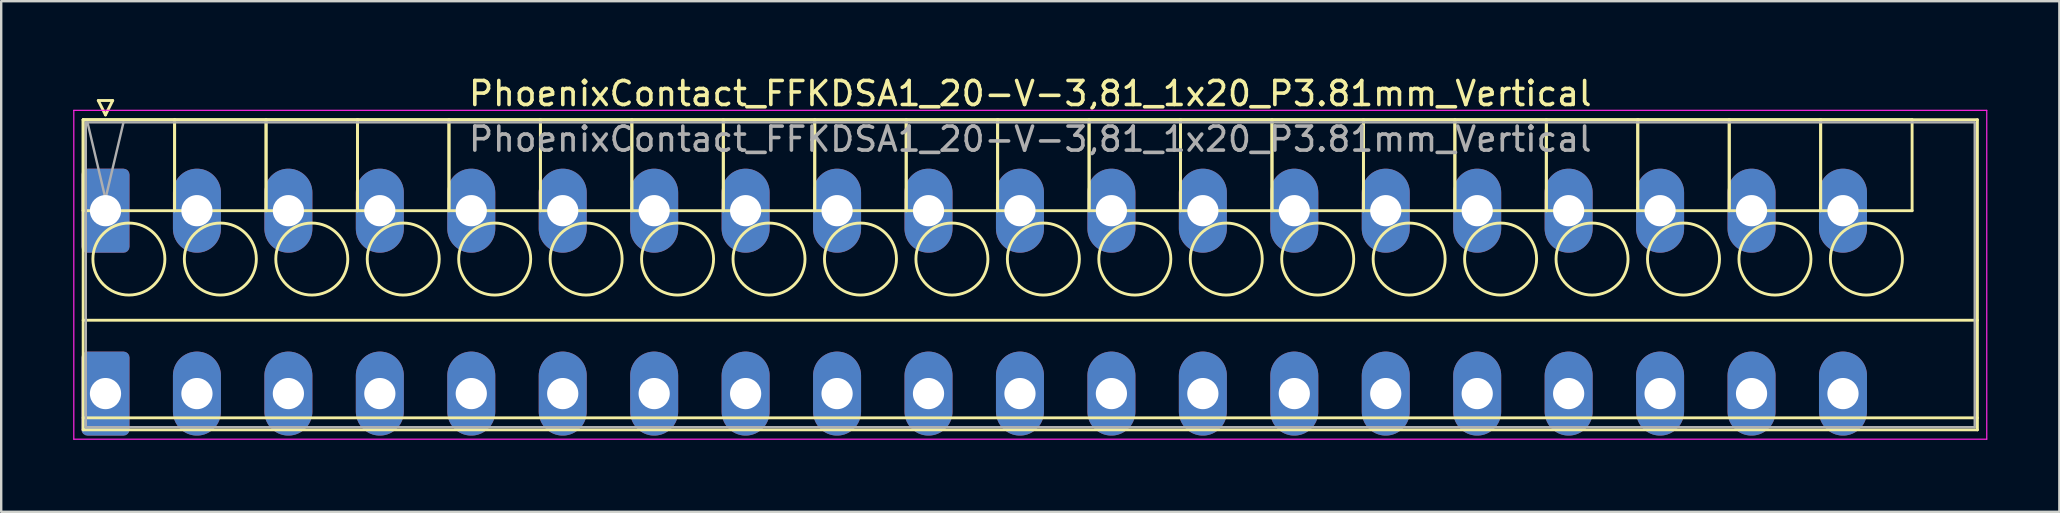
<source format=kicad_pcb>
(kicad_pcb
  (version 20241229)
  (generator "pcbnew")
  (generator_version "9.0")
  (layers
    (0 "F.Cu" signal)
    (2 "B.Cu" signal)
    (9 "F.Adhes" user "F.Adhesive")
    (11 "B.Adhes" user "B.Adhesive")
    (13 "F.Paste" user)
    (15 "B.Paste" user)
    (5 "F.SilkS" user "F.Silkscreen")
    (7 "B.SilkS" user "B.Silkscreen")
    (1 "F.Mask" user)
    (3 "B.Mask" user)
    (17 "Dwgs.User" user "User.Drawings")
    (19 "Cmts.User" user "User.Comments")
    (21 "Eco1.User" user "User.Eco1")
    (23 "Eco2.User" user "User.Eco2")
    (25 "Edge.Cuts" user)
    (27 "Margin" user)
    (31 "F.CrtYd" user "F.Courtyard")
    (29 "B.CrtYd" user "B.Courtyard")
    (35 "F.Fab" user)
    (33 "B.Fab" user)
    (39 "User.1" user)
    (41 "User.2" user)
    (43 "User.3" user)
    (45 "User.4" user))
  (footprint "PhoenixContact_FFKDSA1_20-V-3,81_1x20_P3.81mm_Vertical"
    (layer "F.Cu")
    (at 1.345 5.728)
    (property "Reference" "PhoenixContact_FFKDSA1_20-V-3,81_1x20_P3.81mm_Vertical" (at 38.53 -4.88 0) (layer "F.SilkS") (effects (font (size 1 1) (thickness 0.15))))
    (attr through_hole)
    (fp_line (start -0.93 -3.79) (end -0.93 0) (stroke (width 0.12) (type solid)) (layer "F.SilkS"))
    (fp_line (start -0.93 -3.79) (end -0.93 9.13) (stroke (width 0.12) (type solid)) (layer "F.SilkS"))
    (fp_line (start -0.93 0) (end 2.88 0) (stroke (width 0.12) (type solid)) (layer "F.SilkS"))
    (fp_line (start -0.93 4.565) (end 77.99 4.565) (stroke (width 0.12) (type solid)) (layer "F.SilkS"))
    (fp_line (start -0.93 8.63) (end 77.99 8.63) (stroke (width 0.12) (type solid)) (layer "F.SilkS"))
    (fp_line (start -0.93 9.13) (end 77.99 9.13) (stroke (width 0.12) (type solid)) (layer "F.SilkS"))
    (fp_line (start -0.3 -4.59) (end 0.3 -4.59) (stroke (width 0.12) (type solid)) (layer "F.SilkS"))
    (fp_line (start 0 -3.99) (end -0.3 -4.59) (stroke (width 0.12) (type solid)) (layer "F.SilkS"))
    (fp_line (start 0.3 -4.59) (end 0 -3.99) (stroke (width 0.12) (type solid)) (layer "F.SilkS"))
    (fp_line (start 2.88 -3.79) (end -0.93 -3.79) (stroke (width 0.12) (type solid)) (layer "F.SilkS"))
    (fp_line (start 2.88 -3.79) (end 2.88 0) (stroke (width 0.12) (type solid)) (layer "F.SilkS"))
    (fp_line (start 2.88 0) (end 2.88 -3.79) (stroke (width 0.12) (type solid)) (layer "F.SilkS"))
    (fp_line (start 2.88 0) (end 6.69 0) (stroke (width 0.12) (type solid)) (layer "F.SilkS"))
    (fp_line (start 6.69 -3.79) (end 2.88 -3.79) (stroke (width 0.12) (type solid)) (layer "F.SilkS"))
    (fp_line (start 6.69 -3.79) (end 6.69 0) (stroke (width 0.12) (type solid)) (layer "F.SilkS"))
    (fp_line (start 6.69 0) (end 6.69 -3.79) (stroke (width 0.12) (type solid)) (layer "F.SilkS"))
    (fp_line (start 6.69 0) (end 10.5 0) (stroke (width 0.12) (type solid)) (layer "F.SilkS"))
    (fp_line (start 10.5 -3.79) (end 6.69 -3.79) (stroke (width 0.12) (type solid)) (layer "F.SilkS"))
    (fp_line (start 10.5 -3.79) (end 10.5 0) (stroke (width 0.12) (type solid)) (layer "F.SilkS"))
    (fp_line (start 10.5 0) (end 10.5 -3.79) (stroke (width 0.12) (type solid)) (layer "F.SilkS"))
    (fp_line (start 10.5 0) (end 14.31 0) (stroke (width 0.12) (type solid)) (layer "F.SilkS"))
    (fp_line (start 14.31 -3.79) (end 10.5 -3.79) (stroke (width 0.12) (type solid)) (layer "F.SilkS"))
    (fp_line (start 14.31 -3.79) (end 14.31 0) (stroke (width 0.12) (type solid)) (layer "F.SilkS"))
    (fp_line (start 14.31 0) (end 14.31 -3.79) (stroke (width 0.12) (type solid)) (layer "F.SilkS"))
    (fp_line (start 14.31 0) (end 18.12 0) (stroke (width 0.12) (type solid)) (layer "F.SilkS"))
    (fp_line (start 18.12 -3.79) (end 14.31 -3.79) (stroke (width 0.12) (type solid)) (layer "F.SilkS"))
    (fp_line (start 18.12 -3.79) (end 18.12 0) (stroke (width 0.12) (type solid)) (layer "F.SilkS"))
    (fp_line (start 18.12 0) (end 18.12 -3.79) (stroke (width 0.12) (type solid)) (layer "F.SilkS"))
    (fp_line (start 18.12 0) (end 21.93 0) (stroke (width 0.12) (type solid)) (layer "F.SilkS"))
    (fp_line (start 21.93 -3.79) (end 18.12 -3.79) (stroke (width 0.12) (type solid)) (layer "F.SilkS"))
    (fp_line (start 21.93 -3.79) (end 21.93 0) (stroke (width 0.12) (type solid)) (layer "F.SilkS"))
    (fp_line (start 21.93 0) (end 21.93 -3.79) (stroke (width 0.12) (type solid)) (layer "F.SilkS"))
    (fp_line (start 21.93 0) (end 25.74 0) (stroke (width 0.12) (type solid)) (layer "F.SilkS"))
    (fp_line (start 25.74 -3.79) (end 21.93 -3.79) (stroke (width 0.12) (type solid)) (layer "F.SilkS"))
    (fp_line (start 25.74 -3.79) (end 25.74 0) (stroke (width 0.12) (type solid)) (layer "F.SilkS"))
    (fp_line (start 25.74 0) (end 25.74 -3.79) (stroke (width 0.12) (type solid)) (layer "F.SilkS"))
    (fp_line (start 25.74 0) (end 29.55 0) (stroke (width 0.12) (type solid)) (layer "F.SilkS"))
    (fp_line (start 29.55 -3.79) (end 25.74 -3.79) (stroke (width 0.12) (type solid)) (layer "F.SilkS"))
    (fp_line (start 29.55 -3.79) (end 29.55 0) (stroke (width 0.12) (type solid)) (layer "F.SilkS"))
    (fp_line (start 29.55 0) (end 29.55 -3.79) (stroke (width 0.12) (type solid)) (layer "F.SilkS"))
    (fp_line (start 29.55 0) (end 33.36 0) (stroke (width 0.12) (type solid)) (layer "F.SilkS"))
    (fp_line (start 33.36 -3.79) (end 29.55 -3.79) (stroke (width 0.12) (type solid)) (layer "F.SilkS"))
    (fp_line (start 33.36 -3.79) (end 33.36 0) (stroke (width 0.12) (type solid)) (layer "F.SilkS"))
    (fp_line (start 33.36 0) (end 33.36 -3.79) (stroke (width 0.12) (type solid)) (layer "F.SilkS"))
    (fp_line (start 33.36 0) (end 37.17 0) (stroke (width 0.12) (type solid)) (layer "F.SilkS"))
    (fp_line (start 37.17 -3.79) (end 33.36 -3.79) (stroke (width 0.12) (type solid)) (layer "F.SilkS"))
    (fp_line (start 37.17 -3.79) (end 37.17 0) (stroke (width 0.12) (type solid)) (layer "F.SilkS"))
    (fp_line (start 37.17 0) (end 37.17 -3.79) (stroke (width 0.12) (type solid)) (layer "F.SilkS"))
    (fp_line (start 37.17 0) (end 40.98 0) (stroke (width 0.12) (type solid)) (layer "F.SilkS"))
    (fp_line (start 40.98 -3.79) (end 37.17 -3.79) (stroke (width 0.12) (type solid)) (layer "F.SilkS"))
    (fp_line (start 40.98 -3.79) (end 40.98 0) (stroke (width 0.12) (type solid)) (layer "F.SilkS"))
    (fp_line (start 40.98 0) (end 40.98 -3.79) (stroke (width 0.12) (type solid)) (layer "F.SilkS"))
    (fp_line (start 40.98 0) (end 44.79 0) (stroke (width 0.12) (type solid)) (layer "F.SilkS"))
    (fp_line (start 44.79 -3.79) (end 40.98 -3.79) (stroke (width 0.12) (type solid)) (layer "F.SilkS"))
    (fp_line (start 44.79 -3.79) (end 44.79 0) (stroke (width 0.12) (type solid)) (layer "F.SilkS"))
    (fp_line (start 44.79 0) (end 44.79 -3.79) (stroke (width 0.12) (type solid)) (layer "F.SilkS"))
    (fp_line (start 44.79 0) (end 48.6 0) (stroke (width 0.12) (type solid)) (layer "F.SilkS"))
    (fp_line (start 48.6 -3.79) (end 44.79 -3.79) (stroke (width 0.12) (type solid)) (layer "F.SilkS"))
    (fp_line (start 48.6 -3.79) (end 48.6 0) (stroke (width 0.12) (type solid)) (layer "F.SilkS"))
    (fp_line (start 48.6 0) (end 48.6 -3.79) (stroke (width 0.12) (type solid)) (layer "F.SilkS"))
    (fp_line (start 48.6 0) (end 52.41 0) (stroke (width 0.12) (type solid)) (layer "F.SilkS"))
    (fp_line (start 52.41 -3.79) (end 48.6 -3.79) (stroke (width 0.12) (type solid)) (layer "F.SilkS"))
    (fp_line (start 52.41 -3.79) (end 52.41 0) (stroke (width 0.12) (type solid)) (layer "F.SilkS"))
    (fp_line (start 52.41 0) (end 52.41 -3.79) (stroke (width 0.12) (type solid)) (layer "F.SilkS"))
    (fp_line (start 52.41 0) (end 56.22 0) (stroke (width 0.12) (type solid)) (layer "F.SilkS"))
    (fp_line (start 56.22 -3.79) (end 52.41 -3.79) (stroke (width 0.12) (type solid)) (layer "F.SilkS"))
    (fp_line (start 56.22 -3.79) (end 56.22 0) (stroke (width 0.12) (type solid)) (layer "F.SilkS"))
    (fp_line (start 56.22 0) (end 56.22 -3.79) (stroke (width 0.12) (type solid)) (layer "F.SilkS"))
    (fp_line (start 56.22 0) (end 60.03 0) (stroke (width 0.12) (type solid)) (layer "F.SilkS"))
    (fp_line (start 60.03 -3.79) (end 56.22 -3.79) (stroke (width 0.12) (type solid)) (layer "F.SilkS"))
    (fp_line (start 60.03 -3.79) (end 60.03 0) (stroke (width 0.12) (type solid)) (layer "F.SilkS"))
    (fp_line (start 60.03 0) (end 60.03 -3.79) (stroke (width 0.12) (type solid)) (layer "F.SilkS"))
    (fp_line (start 60.03 0) (end 63.84 0) (stroke (width 0.12) (type solid)) (layer "F.SilkS"))
    (fp_line (start 63.84 -3.79) (end 60.03 -3.79) (stroke (width 0.12) (type solid)) (layer "F.SilkS"))
    (fp_line (start 63.84 -3.79) (end 63.84 0) (stroke (width 0.12) (type solid)) (layer "F.SilkS"))
    (fp_line (start 63.84 0) (end 63.84 -3.79) (stroke (width 0.12) (type solid)) (layer "F.SilkS"))
    (fp_line (start 63.84 0) (end 67.65 0) (stroke (width 0.12) (type solid)) (layer "F.SilkS"))
    (fp_line (start 67.65 -3.79) (end 63.84 -3.79) (stroke (width 0.12) (type solid)) (layer "F.SilkS"))
    (fp_line (start 67.65 -3.79) (end 67.65 0) (stroke (width 0.12) (type solid)) (layer "F.SilkS"))
    (fp_line (start 67.65 0) (end 67.65 -3.79) (stroke (width 0.12) (type solid)) (layer "F.SilkS"))
    (fp_line (start 67.65 0) (end 71.46 0) (stroke (width 0.12) (type solid)) (layer "F.SilkS"))
    (fp_line (start 71.46 -3.79) (end 67.65 -3.79) (stroke (width 0.12) (type solid)) (layer "F.SilkS"))
    (fp_line (start 71.46 -3.79) (end 71.46 0) (stroke (width 0.12) (type solid)) (layer "F.SilkS"))
    (fp_line (start 71.46 0) (end 71.46 -3.79) (stroke (width 0.12) (type solid)) (layer "F.SilkS"))
    (fp_line (start 71.46 0) (end 75.27 0) (stroke (width 0.12) (type solid)) (layer "F.SilkS"))
    (fp_line (start 75.27 -3.79) (end 71.46 -3.79) (stroke (width 0.12) (type solid)) (layer "F.SilkS"))
    (fp_line (start 75.27 0) (end 75.27 -3.79) (stroke (width 0.12) (type solid)) (layer "F.SilkS"))
    (fp_line (start 77.99 -3.79) (end -0.93 -3.79) (stroke (width 0.12) (type solid)) (layer "F.SilkS"))
    (fp_line (start 77.99 9.13) (end 77.99 -3.79) (stroke (width 0.12) (type solid)) (layer "F.SilkS"))
    (fp_circle (center 0.975 2.015) (end 2.475 2.015) (stroke (width 0.12) (type solid)) (fill no) (layer "F.SilkS"))
    (fp_circle (center 4.785 2.015) (end 6.285 2.015) (stroke (width 0.12) (type solid)) (fill no) (layer "F.SilkS"))
    (fp_circle (center 8.595 2.015) (end 10.095 2.015) (stroke (width 0.12) (type solid)) (fill no) (layer "F.SilkS"))
    (fp_circle (center 12.405 2.015) (end 13.905 2.015) (stroke (width 0.12) (type solid)) (fill no) (layer "F.SilkS"))
    (fp_circle (center 16.215 2.015) (end 17.715 2.015) (stroke (width 0.12) (type solid)) (fill no) (layer "F.SilkS"))
    (fp_circle (center 20.025 2.015) (end 21.525 2.015) (stroke (width 0.12) (type solid)) (fill no) (layer "F.SilkS"))
    (fp_circle (center 23.835 2.015) (end 25.335 2.015) (stroke (width 0.12) (type solid)) (fill no) (layer "F.SilkS"))
    (fp_circle (center 27.645 2.015) (end 29.145 2.015) (stroke (width 0.12) (type solid)) (fill no) (layer "F.SilkS"))
    (fp_circle (center 31.455 2.015) (end 32.955 2.015) (stroke (width 0.12) (type solid)) (fill no) (layer "F.SilkS"))
    (fp_circle (center 35.265 2.015) (end 36.765 2.015) (stroke (width 0.12) (type solid)) (fill no) (layer "F.SilkS"))
    (fp_circle (center 39.075 2.015) (end 40.575 2.015) (stroke (width 0.12) (type solid)) (fill no) (layer "F.SilkS"))
    (fp_circle (center 42.885 2.015) (end 44.385 2.015) (stroke (width 0.12) (type solid)) (fill no) (layer "F.SilkS"))
    (fp_circle (center 46.695 2.015) (end 48.195 2.015) (stroke (width 0.12) (type solid)) (fill no) (layer "F.SilkS"))
    (fp_circle (center 50.505 2.015) (end 52.005 2.015) (stroke (width 0.12) (type solid)) (fill no) (layer "F.SilkS"))
    (fp_circle (center 54.315 2.015) (end 55.815 2.015) (stroke (width 0.12) (type solid)) (fill no) (layer "F.SilkS"))
    (fp_circle (center 58.125 2.015) (end 59.625 2.015) (stroke (width 0.12) (type solid)) (fill no) (layer "F.SilkS"))
    (fp_circle (center 61.935 2.015) (end 63.435 2.015) (stroke (width 0.12) (type solid)) (fill no) (layer "F.SilkS"))
    (fp_circle (center 65.745 2.015) (end 67.245 2.015) (stroke (width 0.12) (type solid)) (fill no) (layer "F.SilkS"))
    (fp_circle (center 69.555 2.015) (end 71.055 2.015) (stroke (width 0.12) (type solid)) (fill no) (layer "F.SilkS"))
    (fp_circle (center 73.365 2.015) (end 74.865 2.015) (stroke (width 0.12) (type solid)) (fill no) (layer "F.SilkS"))
    (fp_line (start -1.32 -4.18) (end -1.32 9.52) (stroke (width 0.05) (type solid)) (layer "F.CrtYd"))
    (fp_line (start -1.32 9.52) (end 78.38 9.52) (stroke (width 0.05) (type solid)) (layer "F.CrtYd"))
    (fp_line (start 78.38 -4.18) (end -1.32 -4.18) (stroke (width 0.05) (type solid)) (layer "F.CrtYd"))
    (fp_line (start 78.38 9.52) (end 78.38 -4.18) (stroke (width 0.05) (type solid)) (layer "F.CrtYd"))
    (fp_line (start -0.82 -3.68) (end -0.82 9.02) (stroke (width 0.1) (type solid)) (layer "F.Fab"))
    (fp_line (start -0.82 9.02) (end 77.88 9.02) (stroke (width 0.1) (type solid)) (layer "F.Fab"))
    (fp_line (start 0 -0.5) (end -0.75 -3.68) (stroke (width 0.1) (type solid)) (layer "F.Fab"))
    (fp_line (start 0.75 -3.68) (end 0 -0.5) (stroke (width 0.1) (type solid)) (layer "F.Fab"))
    (fp_line (start 77.88 -3.68) (end -0.82 -3.68) (stroke (width 0.1) (type solid)) (layer "F.Fab"))
    (fp_line (start 77.88 9.02) (end 77.88 -3.68) (stroke (width 0.1) (type solid)) (layer "F.Fab"))
    (fp_text user "${REFERENCE}" (at 38.53 -2.98 0) (layer "F.Fab") (effects (font (size 1 1) (thickness 0.15))))
    (pad "1" thru_hole roundrect (at 0 0) (size 2 3.5) (drill 1.3) (layers "*.Cu" "*.Mask") (roundrect_rratio 0.125))
    (pad "1" thru_hole roundrect (at 0 7.62) (size 2 3.5) (drill 1.3) (layers "*.Cu" "*.Mask") (roundrect_rratio 0.125))
    (pad "2" thru_hole oval (at 3.81 0) (size 2 3.5) (drill 1.3) (layers "*.Cu" "*.Mask"))
    (pad "2" thru_hole oval (at 3.81 7.62) (size 2 3.5) (drill 1.3) (layers "*.Cu" "*.Mask"))
    (pad "3" thru_hole oval (at 7.62 0) (size 2 3.5) (drill 1.3) (layers "*.Cu" "*.Mask"))
    (pad "3" thru_hole oval (at 7.62 7.62) (size 2 3.5) (drill 1.3) (layers "*.Cu" "*.Mask"))
    (pad "4" thru_hole oval (at 11.43 0) (size 2 3.5) (drill 1.3) (layers "*.Cu" "*.Mask"))
    (pad "4" thru_hole oval (at 11.43 7.62) (size 2 3.5) (drill 1.3) (layers "*.Cu" "*.Mask"))
    (pad "5" thru_hole oval (at 15.24 0) (size 2 3.5) (drill 1.3) (layers "*.Cu" "*.Mask"))
    (pad "5" thru_hole oval (at 15.24 7.62) (size 2 3.5) (drill 1.3) (layers "*.Cu" "*.Mask"))
    (pad "6" thru_hole oval (at 19.05 0) (size 2 3.5) (drill 1.3) (layers "*.Cu" "*.Mask"))
    (pad "6" thru_hole oval (at 19.05 7.62) (size 2 3.5) (drill 1.3) (layers "*.Cu" "*.Mask"))
    (pad "7" thru_hole oval (at 22.86 0) (size 2 3.5) (drill 1.3) (layers "*.Cu" "*.Mask"))
    (pad "7" thru_hole oval (at 22.86 7.62) (size 2 3.5) (drill 1.3) (layers "*.Cu" "*.Mask"))
    (pad "8" thru_hole oval (at 26.67 0) (size 2 3.5) (drill 1.3) (layers "*.Cu" "*.Mask"))
    (pad "8" thru_hole oval (at 26.67 7.62) (size 2 3.5) (drill 1.3) (layers "*.Cu" "*.Mask"))
    (pad "9" thru_hole oval (at 30.48 0) (size 2 3.5) (drill 1.3) (layers "*.Cu" "*.Mask"))
    (pad "9" thru_hole oval (at 30.48 7.62) (size 2 3.5) (drill 1.3) (layers "*.Cu" "*.Mask"))
    (pad "10" thru_hole oval (at 34.29 0) (size 2 3.5) (drill 1.3) (layers "*.Cu" "*.Mask"))
    (pad "10" thru_hole oval (at 34.29 7.62) (size 2 3.5) (drill 1.3) (layers "*.Cu" "*.Mask"))
    (pad "11" thru_hole oval (at 38.1 0) (size 2 3.5) (drill 1.3) (layers "*.Cu" "*.Mask"))
    (pad "11" thru_hole oval (at 38.1 7.62) (size 2 3.5) (drill 1.3) (layers "*.Cu" "*.Mask"))
    (pad "12" thru_hole oval (at 41.91 0) (size 2 3.5) (drill 1.3) (layers "*.Cu" "*.Mask"))
    (pad "12" thru_hole oval (at 41.91 7.62) (size 2 3.5) (drill 1.3) (layers "*.Cu" "*.Mask"))
    (pad "13" thru_hole oval (at 45.72 0) (size 2 3.5) (drill 1.3) (layers "*.Cu" "*.Mask"))
    (pad "13" thru_hole oval (at 45.72 7.62) (size 2 3.5) (drill 1.3) (layers "*.Cu" "*.Mask"))
    (pad "14" thru_hole oval (at 49.53 0) (size 2 3.5) (drill 1.3) (layers "*.Cu" "*.Mask"))
    (pad "14" thru_hole oval (at 49.53 7.62) (size 2 3.5) (drill 1.3) (layers "*.Cu" "*.Mask"))
    (pad "15" thru_hole oval (at 53.34 0) (size 2 3.5) (drill 1.3) (layers "*.Cu" "*.Mask"))
    (pad "15" thru_hole oval (at 53.34 7.62) (size 2 3.5) (drill 1.3) (layers "*.Cu" "*.Mask"))
    (pad "16" thru_hole oval (at 57.15 0) (size 2 3.5) (drill 1.3) (layers "*.Cu" "*.Mask"))
    (pad "16" thru_hole oval (at 57.15 7.62) (size 2 3.5) (drill 1.3) (layers "*.Cu" "*.Mask"))
    (pad "17" thru_hole oval (at 60.96 0) (size 2 3.5) (drill 1.3) (layers "*.Cu" "*.Mask"))
    (pad "17" thru_hole oval (at 60.96 7.62) (size 2 3.5) (drill 1.3) (layers "*.Cu" "*.Mask"))
    (pad "18" thru_hole oval (at 64.77 0) (size 2 3.5) (drill 1.3) (layers "*.Cu" "*.Mask"))
    (pad "18" thru_hole oval (at 64.77 7.62) (size 2 3.5) (drill 1.3) (layers "*.Cu" "*.Mask"))
    (pad "19" thru_hole oval (at 68.58 0) (size 2 3.5) (drill 1.3) (layers "*.Cu" "*.Mask"))
    (pad "19" thru_hole oval (at 68.58 7.62) (size 2 3.5) (drill 1.3) (layers "*.Cu" "*.Mask"))
    (pad "20" thru_hole oval (at 72.39 0) (size 2 3.5) (drill 1.3) (layers "*.Cu" "*.Mask"))
    (pad "20" thru_hole oval (at 72.39 7.62) (size 2 3.5) (drill 1.3) (layers "*.Cu" "*.Mask")))
  (gr_rect
    (start -3 -3)
    (end 82.75 18.273)
    (stroke (width 0.1) (type default))
    (fill no)
    (layer "Edge.Cuts")))
</source>
